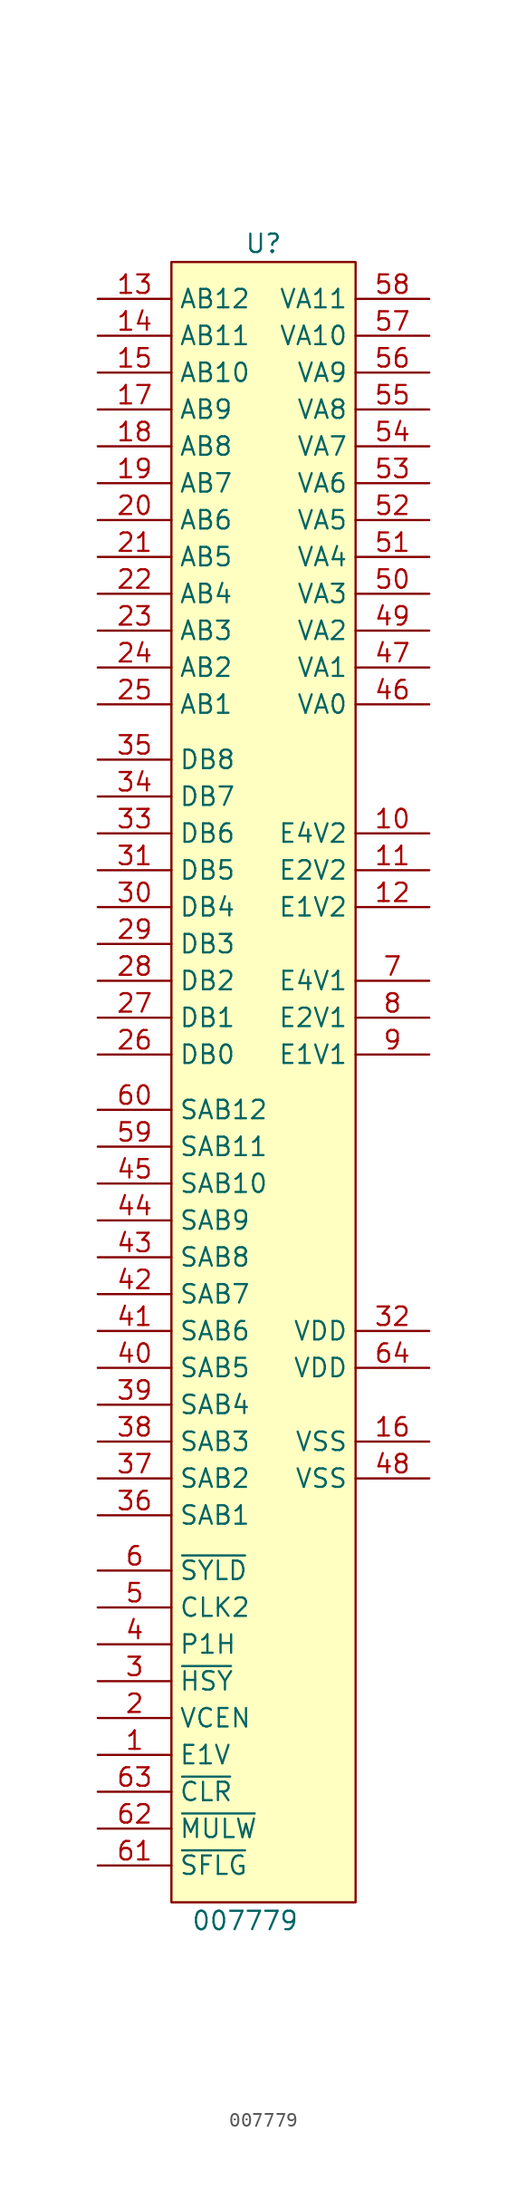
<source format=kicad_sym>
(kicad_symbol_lib
  (version 20231120)
  (generator "kicad_symbol_editor")
  (generator_version "8.0")
  (symbol "007779"
    (property "Reference" "U"
      (at 0 57.15 0)
      (effects (font (size 1.27 1.27))))
    (property "Value" "007779"
      (at -1.27 -58.42 0)
      (effects (font (size 1.27 1.27))))
    (symbol "007779_0_1"
      (rectangle (start -6.35 55.88) (end 6.35 -57.15) (stroke (width 0) (type default)) (fill (type background))))
    (symbol "007779_1_1"
      (pin input line (at -11.43 -46.99 0) (length 5.08) (name "E1V" (effects (font (size 1.27 1.27)))) (number "1" (effects (font (size 1.27 1.27)))))
      (pin output line (at 11.43 16.51 180) (length 5.08) (name "E4V2" (effects (font (size 1.27 1.27)))) (number "10" (effects (font (size 1.27 1.27)))))
      (pin output line (at 11.43 13.97 180) (length 5.08) (name "E2V2" (effects (font (size 1.27 1.27)))) (number "11" (effects (font (size 1.27 1.27)))))
      (pin output line (at 11.43 11.43 180) (length 5.08) (name "E1V2" (effects (font (size 1.27 1.27)))) (number "12" (effects (font (size 1.27 1.27)))))
      (pin input line (at -11.43 53.34 0) (length 5.08) (name "AB12" (effects (font (size 1.27 1.27)))) (number "13" (effects (font (size 1.27 1.27)))))
      (pin input line (at -11.43 50.8 0) (length 5.08) (name "AB11" (effects (font (size 1.27 1.27)))) (number "14" (effects (font (size 1.27 1.27)))))
      (pin input line (at -11.43 48.26 0) (length 5.08) (name "AB10" (effects (font (size 1.27 1.27)))) (number "15" (effects (font (size 1.27 1.27)))))
      (pin power_in line (at 11.43 -25.4 180) (length 5.08) (name "VSS" (effects (font (size 1.27 1.27)))) (number "16" (effects (font (size 1.27 1.27)))))
      (pin input line (at -11.43 45.72 0) (length 5.08) (name "AB9" (effects (font (size 1.27 1.27)))) (number "17" (effects (font (size 1.27 1.27)))))
      (pin input line (at -11.43 43.18 0) (length 5.08) (name "AB8" (effects (font (size 1.27 1.27)))) (number "18" (effects (font (size 1.27 1.27)))))
      (pin input line (at -11.43 40.64 0) (length 5.08) (name "AB7" (effects (font (size 1.27 1.27)))) (number "19" (effects (font (size 1.27 1.27)))))
      (pin input line (at -11.43 -44.45 0) (length 5.08) (name "VCEN" (effects (font (size 1.27 1.27)))) (number "2" (effects (font (size 1.27 1.27)))))
      (pin input line (at -11.43 38.1 0) (length 5.08) (name "AB6" (effects (font (size 1.27 1.27)))) (number "20" (effects (font (size 1.27 1.27)))))
      (pin input line (at -11.43 35.56 0) (length 5.08) (name "AB5" (effects (font (size 1.27 1.27)))) (number "21" (effects (font (size 1.27 1.27)))))
      (pin input line (at -11.43 33.02 0) (length 5.08) (name "AB4" (effects (font (size 1.27 1.27)))) (number "22" (effects (font (size 1.27 1.27)))))
      (pin input line (at -11.43 30.48 0) (length 5.08) (name "AB3" (effects (font (size 1.27 1.27)))) (number "23" (effects (font (size 1.27 1.27)))))
      (pin input line (at -11.43 27.94 0) (length 5.08) (name "AB2" (effects (font (size 1.27 1.27)))) (number "24" (effects (font (size 1.27 1.27)))))
      (pin input line (at -11.43 25.4 0) (length 5.08) (name "AB1" (effects (font (size 1.27 1.27)))) (number "25" (effects (font (size 1.27 1.27)))))
      (pin input line (at -11.43 1.27 0) (length 5.08) (name "DB0" (effects (font (size 1.27 1.27)))) (number "26" (effects (font (size 1.27 1.27)))))
      (pin input line (at -11.43 3.81 0) (length 5.08) (name "DB1" (effects (font (size 1.27 1.27)))) (number "27" (effects (font (size 1.27 1.27)))))
      (pin input line (at -11.43 6.35 0) (length 5.08) (name "DB2" (effects (font (size 1.27 1.27)))) (number "28" (effects (font (size 1.27 1.27)))))
      (pin input line (at -11.43 8.89 0) (length 5.08) (name "DB3" (effects (font (size 1.27 1.27)))) (number "29" (effects (font (size 1.27 1.27)))))
      (pin input line (at -11.43 -41.91 0) (length 5.08) (name "~{HSY}" (effects (font (size 1.27 1.27)))) (number "3" (effects (font (size 1.27 1.27)))))
      (pin input line (at -11.43 11.43 0) (length 5.08) (name "DB4" (effects (font (size 1.27 1.27)))) (number "30" (effects (font (size 1.27 1.27)))))
      (pin input line (at -11.43 13.97 0) (length 5.08) (name "DB5" (effects (font (size 1.27 1.27)))) (number "31" (effects (font (size 1.27 1.27)))))
      (pin power_in line (at 11.43 -17.78 180) (length 5.08) (name "VDD" (effects (font (size 1.27 1.27)))) (number "32" (effects (font (size 1.27 1.27)))))
      (pin input line (at -11.43 16.51 0) (length 5.08) (name "DB6" (effects (font (size 1.27 1.27)))) (number "33" (effects (font (size 1.27 1.27)))))
      (pin input line (at -11.43 19.05 0) (length 5.08) (name "DB7" (effects (font (size 1.27 1.27)))) (number "34" (effects (font (size 1.27 1.27)))))
      (pin input line (at -11.43 21.59 0) (length 5.08) (name "DB8" (effects (font (size 1.27 1.27)))) (number "35" (effects (font (size 1.27 1.27)))))
      (pin input line (at -11.43 -30.48 0) (length 5.08) (name "SAB1" (effects (font (size 1.27 1.27)))) (number "36" (effects (font (size 1.27 1.27)))))
      (pin input line (at -11.43 -27.94 0) (length 5.08) (name "SAB2" (effects (font (size 1.27 1.27)))) (number "37" (effects (font (size 1.27 1.27)))))
      (pin input line (at -11.43 -25.4 0) (length 5.08) (name "SAB3" (effects (font (size 1.27 1.27)))) (number "38" (effects (font (size 1.27 1.27)))))
      (pin input line (at -11.43 -22.86 0) (length 5.08) (name "SAB4" (effects (font (size 1.27 1.27)))) (number "39" (effects (font (size 1.27 1.27)))))
      (pin input line (at -11.43 -39.37 0) (length 5.08) (name "P1H" (effects (font (size 1.27 1.27)))) (number "4" (effects (font (size 1.27 1.27)))))
      (pin input line (at -11.43 -20.32 0) (length 5.08) (name "SAB5" (effects (font (size 1.27 1.27)))) (number "40" (effects (font (size 1.27 1.27)))))
      (pin input line (at -11.43 -17.78 0) (length 5.08) (name "SAB6" (effects (font (size 1.27 1.27)))) (number "41" (effects (font (size 1.27 1.27)))))
      (pin input line (at -11.43 -15.24 0) (length 5.08) (name "SAB7" (effects (font (size 1.27 1.27)))) (number "42" (effects (font (size 1.27 1.27)))))
      (pin input line (at -11.43 -12.7 0) (length 5.08) (name "SAB8" (effects (font (size 1.27 1.27)))) (number "43" (effects (font (size 1.27 1.27)))))
      (pin input line (at -11.43 -10.16 0) (length 5.08) (name "SAB9" (effects (font (size 1.27 1.27)))) (number "44" (effects (font (size 1.27 1.27)))))
      (pin input line (at -11.43 -7.62 0) (length 5.08) (name "SAB10" (effects (font (size 1.27 1.27)))) (number "45" (effects (font (size 1.27 1.27)))))
      (pin output line (at 11.43 25.4 180) (length 5.08) (name "VA0" (effects (font (size 1.27 1.27)))) (number "46" (effects (font (size 1.27 1.27)))))
      (pin output line (at 11.43 27.94 180) (length 5.08) (name "VA1" (effects (font (size 1.27 1.27)))) (number "47" (effects (font (size 1.27 1.27)))))
      (pin power_in line (at 11.43 -27.94 180) (length 5.08) (name "VSS" (effects (font (size 1.27 1.27)))) (number "48" (effects (font (size 1.27 1.27)))))
      (pin output line (at 11.43 30.48 180) (length 5.08) (name "VA2" (effects (font (size 1.27 1.27)))) (number "49" (effects (font (size 1.27 1.27)))))
      (pin input line (at -11.43 -36.83 0) (length 5.08) (name "CLK2" (effects (font (size 1.27 1.27)))) (number "5" (effects (font (size 1.27 1.27)))))
      (pin output line (at 11.43 33.02 180) (length 5.08) (name "VA3" (effects (font (size 1.27 1.27)))) (number "50" (effects (font (size 1.27 1.27)))))
      (pin output line (at 11.43 35.56 180) (length 5.08) (name "VA4" (effects (font (size 1.27 1.27)))) (number "51" (effects (font (size 1.27 1.27)))))
      (pin output line (at 11.43 38.1 180) (length 5.08) (name "VA5" (effects (font (size 1.27 1.27)))) (number "52" (effects (font (size 1.27 1.27)))))
      (pin output line (at 11.43 40.64 180) (length 5.08) (name "VA6" (effects (font (size 1.27 1.27)))) (number "53" (effects (font (size 1.27 1.27)))))
      (pin output line (at 11.43 43.18 180) (length 5.08) (name "VA7" (effects (font (size 1.27 1.27)))) (number "54" (effects (font (size 1.27 1.27)))))
      (pin output line (at 11.43 45.72 180) (length 5.08) (name "VA8" (effects (font (size 1.27 1.27)))) (number "55" (effects (font (size 1.27 1.27)))))
      (pin output line (at 11.43 48.26 180) (length 5.08) (name "VA9" (effects (font (size 1.27 1.27)))) (number "56" (effects (font (size 1.27 1.27)))))
      (pin output line (at 11.43 50.8 180) (length 5.08) (name "VA10" (effects (font (size 1.27 1.27)))) (number "57" (effects (font (size 1.27 1.27)))))
      (pin output line (at 11.43 53.34 180) (length 5.08) (name "VA11" (effects (font (size 1.27 1.27)))) (number "58" (effects (font (size 1.27 1.27)))))
      (pin input line (at -11.43 -5.08 0) (length 5.08) (name "SAB11" (effects (font (size 1.27 1.27)))) (number "59" (effects (font (size 1.27 1.27)))))
      (pin input line (at -11.43 -34.29 0) (length 5.08) (name "~{SYLD}" (effects (font (size 1.27 1.27)))) (number "6" (effects (font (size 1.27 1.27)))))
      (pin input line (at -11.43 -2.54 0) (length 5.08) (name "SAB12" (effects (font (size 1.27 1.27)))) (number "60" (effects (font (size 1.27 1.27)))))
      (pin input line (at -11.43 -54.61 0) (length 5.08) (name "~{SFLG}" (effects (font (size 1.27 1.27)))) (number "61" (effects (font (size 1.27 1.27)))))
      (pin input line (at -11.43 -52.07 0) (length 5.08) (name "~{MULW}" (effects (font (size 1.27 1.27)))) (number "62" (effects (font (size 1.27 1.27)))))
      (pin input line (at -11.43 -49.53 0) (length 5.08) (name "~{CLR}" (effects (font (size 1.27 1.27)))) (number "63" (effects (font (size 1.27 1.27)))))
      (pin power_in line (at 11.43 -20.32 180) (length 5.08) (name "VDD" (effects (font (size 1.27 1.27)))) (number "64" (effects (font (size 1.27 1.27)))))
      (pin output line (at 11.43 6.35 180) (length 5.08) (name "E4V1" (effects (font (size 1.27 1.27)))) (number "7" (effects (font (size 1.27 1.27)))))
      (pin output line (at 11.43 3.81 180) (length 5.08) (name "E2V1" (effects (font (size 1.27 1.27)))) (number "8" (effects (font (size 1.27 1.27)))))
      (pin output line (at 11.43 1.27 180) (length 5.08) (name "E1V1" (effects (font (size 1.27 1.27)))) (number "9" (effects (font (size 1.27 1.27))))))))
</source>
